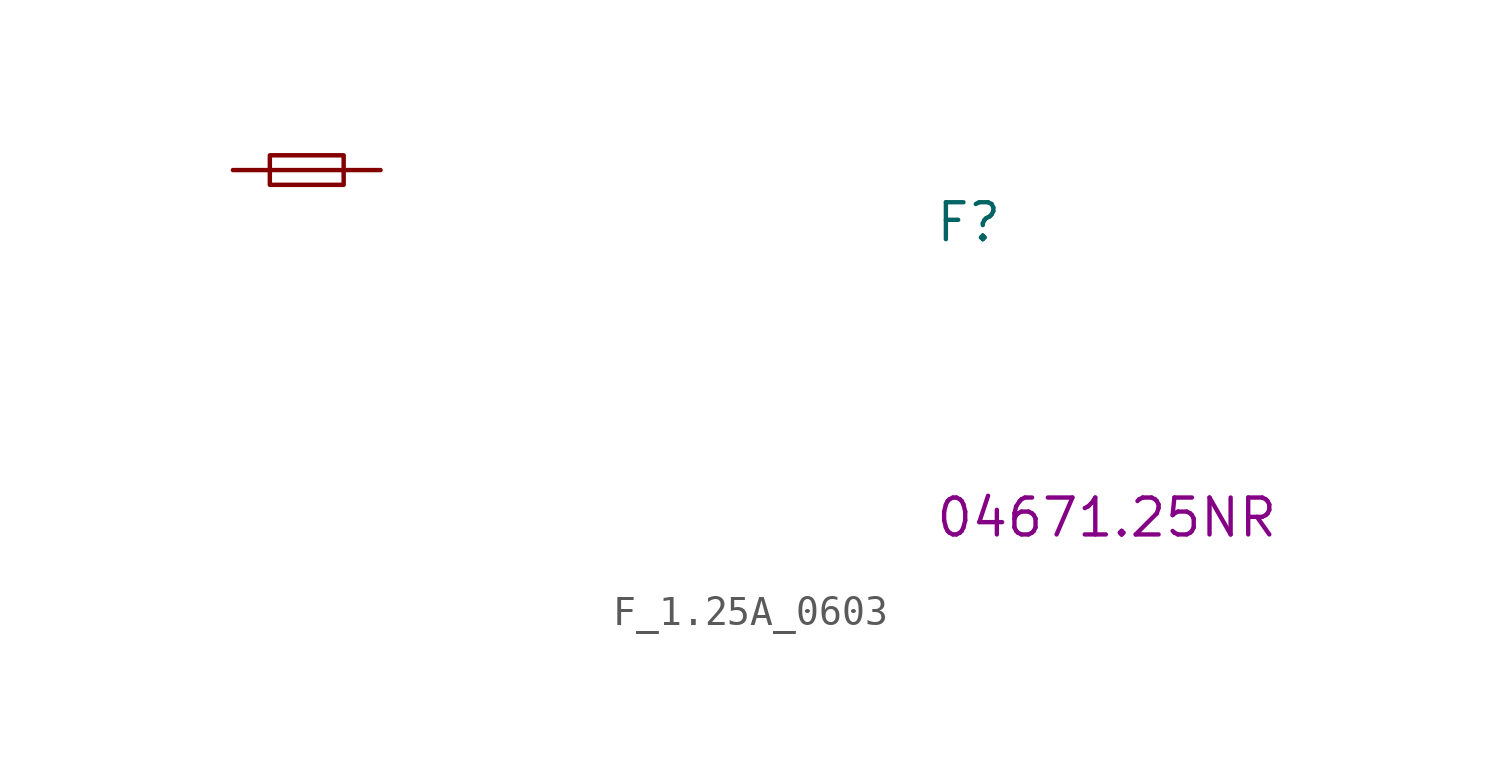
<source format=kicad_sym>
(kicad_symbol_lib
  (version 20211014)
  (generator kicad_symbol_editor)
  (symbol "F_1.25A_0603"
    (pin_numbers hide)
    (pin_names hide)
    (property "Reference" "F"
      (at 24.13 -2.54 0)
      (effects (font (size 1.27 1.27) (thickness 0.15)) (justify left bottom)))
    (property "MPN" "04671.25NR"
      (at 24.13 -12.7 0)
      (effects (font (size 1.27 1.27) (thickness 0.15)) (justify left bottom)))
    (symbol "F_1.25A_0603_0_1"
      (polyline (pts (xy 1.27 0) (xy 3.81 0)) (stroke (width 0) (type default) (color 0 0 0 0)) (fill (type none)))
      (rectangle (start 1.27 0.508) (end 3.81 -0.508) (stroke (width 0) (type default) (color 0 0 0 0)) (fill (type none))))
    (symbol "F_1.25A_0603_1_1"
      (pin passive line (at 0 0 0) (length 1.27) (name "~" (effects (font (size 1.27 1.27)))) (number "1" (effects (font (size 1.27 1.27)))))
      (pin passive line (at 5.08 0 180) (length 1.27) (name "~" (effects (font (size 1.27 1.27)))) (number "2" (effects (font (size 1.27 1.27))))))))
</source>
